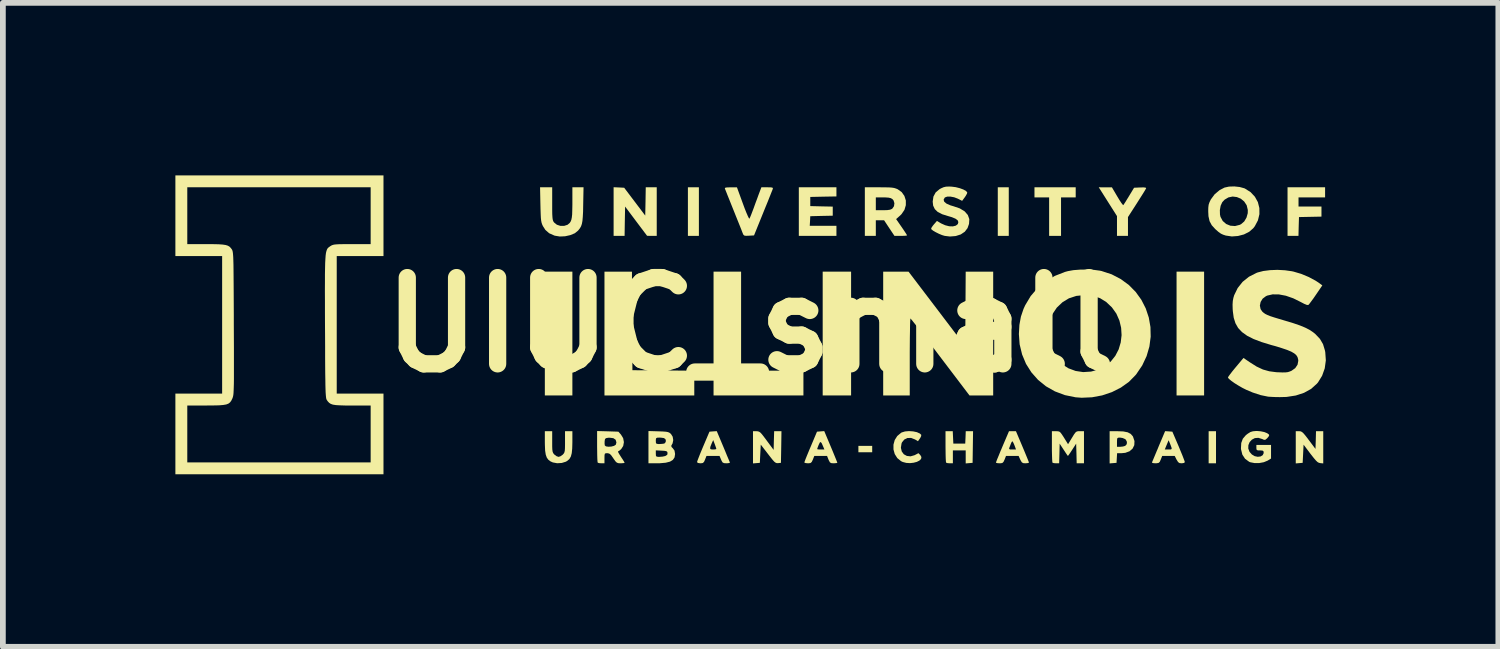
<source format=kicad_pcb>
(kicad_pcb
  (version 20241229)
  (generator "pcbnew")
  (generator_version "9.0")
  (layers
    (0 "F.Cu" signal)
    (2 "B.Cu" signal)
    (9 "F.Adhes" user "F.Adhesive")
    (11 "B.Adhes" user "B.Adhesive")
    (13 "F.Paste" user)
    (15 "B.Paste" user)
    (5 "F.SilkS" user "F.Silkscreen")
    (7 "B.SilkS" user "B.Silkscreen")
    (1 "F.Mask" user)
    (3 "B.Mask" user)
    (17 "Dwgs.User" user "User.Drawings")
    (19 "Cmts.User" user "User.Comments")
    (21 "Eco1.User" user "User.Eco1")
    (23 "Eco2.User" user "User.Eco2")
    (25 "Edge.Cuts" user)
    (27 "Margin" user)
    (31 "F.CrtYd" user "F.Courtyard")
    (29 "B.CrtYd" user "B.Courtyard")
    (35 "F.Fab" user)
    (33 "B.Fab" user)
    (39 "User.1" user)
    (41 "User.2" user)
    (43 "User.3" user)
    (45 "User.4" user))
  (footprint "UIUC_small"
    (layer "F.Cu")
    (at 9.997 2.599)
    (property "Reference" "UIUC_small" (at 0 0 0) (layer "F.SilkS") (effects (font (size 1.5 1.5) (thickness 0.3))))
    (attr board_only exclude_from_pos_files exclude_from_bom)
    (fp_poly (pts (xy -3.093 0.151) (xy -3.093 1.228) (xy -3.332 1.228) (xy -3.572 1.228) (xy -3.572 0.151) (xy -3.572 -0.925) (xy -3.332 -0.925) (xy -3.093 -0.925)) (stroke (width 0) (type solid)) (fill yes) (layer "F.SilkS"))
    (fp_poly (pts (xy -0.893 -1.969) (xy -0.893 -1.547) (xy -0.989 -1.547) (xy -1.084 -1.547) (xy -1.084 -1.969) (xy -1.084 -2.392) (xy -0.989 -2.392) (xy -0.893 -2.392)) (stroke (width 0) (type solid)) (fill yes) (layer "F.SilkS"))
    (fp_poly (pts (xy 1.754 0.151) (xy 1.754 1.228) (xy 1.507 1.228) (xy 1.26 1.228) (xy 1.26 0.151) (xy 1.26 -0.925) (xy 1.507 -0.925) (xy 1.754 -0.925)) (stroke (width 0) (type solid)) (fill yes) (layer "F.SilkS"))
    (fp_poly (pts (xy 2.121 2.161) (xy 2.121 2.216) (xy 2.001 2.216) (xy 1.881 2.216) (xy 1.881 2.161) (xy 1.881 2.105) (xy 2.001 2.105) (xy 2.121 2.105)) (stroke (width 0) (type solid)) (fill yes) (layer "F.SilkS"))
    (fp_poly (pts (xy 4.496 -1.969) (xy 4.496 -1.547) (xy 4.401 -1.547) (xy 4.305 -1.547) (xy 4.305 -1.969) (xy 4.305 -2.392) (xy 4.401 -2.392) (xy 4.496 -2.392)) (stroke (width 0) (type solid)) (fill yes) (layer "F.SilkS"))
    (fp_poly (pts (xy 7.893 0.151) (xy 7.893 1.228) (xy 7.653 1.228) (xy 7.414 1.228) (xy 7.414 0.151) (xy 7.414 -0.925) (xy 7.653 -0.925) (xy 7.893 -0.925)) (stroke (width 0) (type solid)) (fill yes) (layer "F.SilkS"))
    (fp_poly (pts (xy 8.1 2.129) (xy 8.1 2.408) (xy 8.036 2.408) (xy 7.972 2.408) (xy 7.972 2.129) (xy 7.972 1.85) (xy 8.036 1.85) (xy 8.1 1.85)) (stroke (width 0) (type solid)) (fill yes) (layer "F.SilkS"))
    (fp_poly (pts (xy -2.053 -0.068) (xy -2.049 0.789) (xy -1.511 0.793) (xy -0.973 0.798) (xy -0.973 1.013) (xy -0.973 1.228) (xy -1.754 1.228) (xy -2.535 1.228) (xy -2.535 0.151) (xy -2.535 -0.925) (xy -2.296 -0.925) (xy -2.057 -0.925)) (stroke (width 0) (type solid)) (fill yes) (layer "F.SilkS"))
    (fp_poly (pts (xy -0.159 -0.064) (xy -0.159 0.797) (xy 0.383 0.797) (xy 0.925 0.797) (xy 0.925 1.012) (xy 0.925 1.228) (xy 0.144 1.228) (xy -0.638 1.228) (xy -0.638 0.151) (xy -0.638 -0.925) (xy -0.399 -0.925) (xy -0.159 -0.925)) (stroke (width 0) (type solid)) (fill yes) (layer "F.SilkS"))
    (fp_poly (pts (xy 5.66 -2.304) (xy 5.66 -2.216) (xy 5.533 -2.216) (xy 5.405 -2.216) (xy 5.405 -1.881) (xy 5.405 -1.547) (xy 5.302 -1.547) (xy 5.198 -1.547) (xy 5.198 -1.881) (xy 5.198 -2.216) (xy 5.07 -2.216) (xy 4.943 -2.216) (xy 4.943 -2.304) (xy 4.943 -2.392) (xy 5.302 -2.392) (xy 5.66 -2.392)) (stroke (width 0) (type solid)) (fill yes) (layer "F.SilkS"))
    (fp_poly (pts (xy -2.284 -2.389) (xy -2.192 -2.384) (xy -2.009 -2.142) (xy -1.826 -1.9) (xy -1.821 -2.146) (xy -1.817 -2.392) (xy -1.722 -2.392) (xy -1.626 -2.392) (xy -1.626 -1.969) (xy -1.626 -1.547) (xy -1.71 -1.547) (xy -1.794 -1.548) (xy -1.985 -1.802) (xy -2.176 -2.057) (xy -2.181 -1.802) (xy -2.185 -1.547) (xy -2.28 -1.547) (xy -2.376 -1.547) (xy -2.376 -1.97) (xy -2.376 -2.393)) (stroke (width 0) (type solid)) (fill yes) (layer "F.SilkS"))
    (fp_poly (pts (xy 9.997 -2.304) (xy 9.997 -2.216) (xy 9.766 -2.216) (xy 9.535 -2.216) (xy 9.535 -2.137) (xy 9.535 -2.057) (xy 9.734 -2.057) (xy 9.934 -2.057) (xy 9.934 -1.97) (xy 9.934 -1.882) (xy 9.738 -1.878) (xy 9.543 -1.874) (xy 9.538 -1.71) (xy 9.534 -1.547) (xy 9.439 -1.547) (xy 9.344 -1.547) (xy 9.344 -1.969) (xy 9.344 -2.392) (xy 9.67 -2.392) (xy 9.997 -2.392)) (stroke (width 0) (type solid)) (fill yes) (layer "F.SilkS"))
    (fp_poly (pts (xy 1.499 -2.312) (xy 1.499 -2.233) (xy 1.272 -2.229) (xy 1.044 -2.224) (xy 1.044 -2.145) (xy 1.044 -2.065) (xy 1.24 -2.06) (xy 1.435 -2.056) (xy 1.435 -1.977) (xy 1.435 -1.898) (xy 1.24 -1.894) (xy 1.044 -1.889) (xy 1.04 -1.806) (xy 1.035 -1.722) (xy 1.267 -1.722) (xy 1.499 -1.722) (xy 1.499 -1.634) (xy 1.499 -1.547) (xy 1.172 -1.547) (xy 0.845 -1.547) (xy 0.845 -1.969) (xy 0.845 -2.392) (xy 1.172 -2.392) (xy 1.499 -2.392)) (stroke (width 0) (type solid)) (fill yes) (layer "F.SilkS"))
    (fp_poly (pts (xy 0.539 2.125) (xy 0.534 2.4) (xy 0.484 2.405) (xy 0.462 2.405) (xy 0.442 2.398) (xy 0.419 2.381) (xy 0.39 2.349) (xy 0.349 2.298) (xy 0.309 2.246) (xy 0.183 2.083) (xy 0.175 2.241) (xy 0.167 2.4) (xy 0.108 2.405) (xy 0.048 2.41) (xy 0.048 2.13) (xy 0.048 1.85) (xy 0.108 1.85) (xy 0.133 1.852) (xy 0.155 1.859) (xy 0.178 1.875) (xy 0.206 1.906) (xy 0.243 1.954) (xy 0.287 2.013) (xy 0.407 2.175) (xy 0.411 2.012) (xy 0.416 1.85) (xy 0.479 1.85) (xy 0.543 1.85)) (stroke (width 0) (type solid)) (fill yes) (layer "F.SilkS"))
    (fp_poly (pts (xy 9.567 1.851) (xy 9.589 1.86) (xy 9.613 1.878) (xy 9.643 1.912) (xy 9.685 1.965) (xy 9.714 2.004) (xy 9.83 2.158) (xy 9.835 2.004) (xy 9.839 1.85) (xy 9.902 1.85) (xy 9.965 1.85) (xy 9.965 2.13) (xy 9.965 2.41) (xy 9.914 2.405) (xy 9.889 2.399) (xy 9.865 2.386) (xy 9.837 2.359) (xy 9.8 2.316) (xy 9.75 2.252) (xy 9.742 2.242) (xy 9.623 2.084) (xy 9.615 2.242) (xy 9.607 2.4) (xy 9.547 2.405) (xy 9.487 2.41) (xy 9.487 2.13) (xy 9.487 1.85) (xy 9.543 1.85)) (stroke (width 0) (type solid)) (fill yes) (layer "F.SilkS"))
    (fp_poly (pts (xy 3.527 1.957) (xy 3.532 2.065) (xy 3.635 2.065) (xy 3.739 2.065) (xy 3.744 1.957) (xy 3.748 1.85) (xy 3.812 1.85) (xy 3.875 1.85) (xy 3.871 2.125) (xy 3.867 2.4) (xy 3.807 2.405) (xy 3.747 2.41) (xy 3.747 2.297) (xy 3.747 2.184) (xy 3.635 2.184) (xy 3.524 2.184) (xy 3.524 2.296) (xy 3.524 2.408) (xy 3.471 2.408) (xy 3.431 2.405) (xy 3.408 2.398) (xy 3.407 2.397) (xy 3.403 2.378) (xy 3.4 2.333) (xy 3.398 2.267) (xy 3.397 2.186) (xy 3.396 2.118) (xy 3.396 1.85) (xy 3.459 1.85) (xy 3.522 1.85)) (stroke (width 0) (type solid)) (fill yes) (layer "F.SilkS"))
    (fp_poly (pts (xy 6.176 -2.391) (xy 6.29 -2.391) (xy 6.384 -2.231) (xy 6.421 -2.17) (xy 6.453 -2.121) (xy 6.477 -2.09) (xy 6.488 -2.081) (xy 6.499 -2.098) (xy 6.524 -2.136) (xy 6.557 -2.19) (xy 6.586 -2.237) (xy 6.675 -2.384) (xy 6.784 -2.389) (xy 6.843 -2.39) (xy 6.875 -2.386) (xy 6.885 -2.378) (xy 6.884 -2.373) (xy 6.873 -2.353) (xy 6.848 -2.311) (xy 6.811 -2.252) (xy 6.766 -2.181) (xy 6.723 -2.113) (xy 6.569 -1.874) (xy 6.569 -1.71) (xy 6.569 -1.547) (xy 6.474 -1.547) (xy 6.378 -1.547) (xy 6.378 -1.719) (xy 6.378 -1.891) (xy 6.219 -2.142) (xy 6.061 -2.392)) (stroke (width 0) (type solid)) (fill yes) (layer "F.SilkS"))
    (fp_poly (pts (xy 3.246 -0.277) (xy 3.739 0.372) (xy 3.743 -0.277) (xy 3.747 -0.925) (xy 3.986 -0.925) (xy 4.225 -0.925) (xy 4.225 0.151) (xy 4.225 1.228) (xy 4.019 1.228) (xy 3.813 1.228) (xy 3.305 0.559) (xy 3.208 0.431) (xy 3.117 0.311) (xy 3.033 0.202) (xy 2.958 0.105) (xy 2.895 0.023) (xy 2.844 -0.041) (xy 2.808 -0.086) (xy 2.789 -0.108) (xy 2.786 -0.111) (xy 2.784 -0.095) (xy 2.781 -0.052) (xy 2.779 0.017) (xy 2.778 0.109) (xy 2.776 0.218) (xy 2.775 0.344) (xy 2.774 0.481) (xy 2.774 0.558) (xy 2.774 1.228) (xy 2.543 1.228) (xy 2.312 1.228) (xy 2.312 0.151) (xy 2.312 -0.925) (xy 2.533 -0.925) (xy 2.753 -0.925)) (stroke (width 0) (type solid)) (fill yes) (layer "F.SilkS"))
    (fp_poly (pts (xy 6.488 1.854) (xy 6.564 1.869) (xy 6.617 1.897) (xy 6.652 1.937) (xy 6.656 1.943) (xy 6.682 2.021) (xy 6.679 2.092) (xy 6.649 2.153) (xy 6.596 2.199) (xy 6.522 2.226) (xy 6.459 2.232) (xy 6.38 2.232) (xy 6.375 2.316) (xy 6.37 2.4) (xy 6.31 2.405) (xy 6.25 2.41) (xy 6.25 2.13) (xy 6.25 2.041) (xy 6.378 2.041) (xy 6.378 2.121) (xy 6.435 2.121) (xy 6.483 2.116) (xy 6.521 2.105) (xy 6.522 2.104) (xy 6.548 2.075) (xy 6.551 2.036) (xy 6.532 1.998) (xy 6.518 1.986) (xy 6.476 1.968) (xy 6.43 1.961) (xy 6.399 1.963) (xy 6.384 1.972) (xy 6.379 1.999) (xy 6.378 2.041) (xy 6.25 2.041) (xy 6.25 1.85) (xy 6.386 1.85)) (stroke (width 0) (type solid)) (fill yes) (layer "F.SilkS"))
    (fp_poly (pts (xy -3.444 2.034) (xy -3.444 2.113) (xy -3.442 2.168) (xy -3.437 2.204) (xy -3.428 2.228) (xy -3.415 2.247) (xy -3.405 2.257) (xy -3.369 2.284) (xy -3.334 2.296) (xy -3.332 2.296) (xy -3.299 2.285) (xy -3.262 2.259) (xy -3.26 2.257) (xy -3.243 2.238) (xy -3.232 2.218) (xy -3.225 2.189) (xy -3.222 2.145) (xy -3.221 2.079) (xy -3.221 2.034) (xy -3.221 1.85) (xy -3.157 1.85) (xy -3.093 1.85) (xy -3.093 2.045) (xy -3.096 2.152) (xy -3.104 2.232) (xy -3.12 2.291) (xy -3.145 2.334) (xy -3.181 2.365) (xy -3.206 2.38) (xy -3.277 2.402) (xy -3.357 2.407) (xy -3.433 2.393) (xy -3.473 2.375) (xy -3.511 2.346) (xy -3.538 2.309) (xy -3.556 2.258) (xy -3.567 2.188) (xy -3.571 2.094) (xy -3.572 2.041) (xy -3.572 1.85) (xy -3.508 1.85) (xy -3.444 1.85)) (stroke (width 0) (type solid)) (fill yes) (layer "F.SilkS"))
    (fp_poly (pts (xy 2.833 1.853) (xy 2.899 1.867) (xy 2.951 1.891) (xy 2.974 1.913) (xy 2.972 1.936) (xy 2.955 1.97) (xy 2.95 1.977) (xy 2.917 2.024) (xy 2.865 1.993) (xy 2.798 1.967) (xy 2.734 1.968) (xy 2.679 1.995) (xy 2.639 2.044) (xy 2.631 2.065) (xy 2.62 2.138) (xy 2.635 2.202) (xy 2.671 2.251) (xy 2.724 2.28) (xy 2.788 2.287) (xy 2.858 2.267) (xy 2.862 2.265) (xy 2.925 2.232) (xy 2.957 2.264) (xy 2.977 2.299) (xy 2.971 2.332) (xy 2.943 2.36) (xy 2.898 2.383) (xy 2.841 2.398) (xy 2.778 2.405) (xy 2.713 2.401) (xy 2.652 2.385) (xy 2.623 2.371) (xy 2.557 2.317) (xy 2.513 2.247) (xy 2.491 2.167) (xy 2.491 2.083) (xy 2.513 2.003) (xy 2.557 1.933) (xy 2.623 1.878) (xy 2.633 1.872) (xy 2.691 1.854) (xy 2.76 1.848)) (stroke (width 0) (type solid)) (fill yes) (layer "F.SilkS"))
    (fp_poly (pts (xy 5.351 1.851) (xy 5.375 1.857) (xy 5.397 1.875) (xy 5.422 1.909) (xy 5.457 1.963) (xy 5.527 2.076) (xy 5.596 1.963) (xy 5.63 1.907) (xy 5.654 1.874) (xy 5.675 1.857) (xy 5.7 1.85) (xy 5.734 1.85) (xy 5.804 1.85) (xy 5.804 2.129) (xy 5.804 2.408) (xy 5.741 2.408) (xy 5.677 2.408) (xy 5.673 2.237) (xy 5.668 2.066) (xy 5.599 2.173) (xy 5.566 2.223) (xy 5.54 2.26) (xy 5.526 2.279) (xy 5.525 2.28) (xy 5.515 2.268) (xy 5.492 2.235) (xy 5.461 2.188) (xy 5.451 2.173) (xy 5.381 2.066) (xy 5.377 2.237) (xy 5.372 2.408) (xy 5.32 2.408) (xy 5.28 2.405) (xy 5.257 2.398) (xy 5.256 2.397) (xy 5.253 2.378) (xy 5.25 2.333) (xy 5.248 2.267) (xy 5.246 2.186) (xy 5.246 2.118) (xy 5.246 1.85) (xy 5.316 1.85)) (stroke (width 0) (type solid)) (fill yes) (layer "F.SilkS"))
    (fp_poly (pts (xy 7.278 1.853) (xy 7.341 1.858) (xy 7.45 2.112) (xy 7.485 2.197) (xy 7.516 2.272) (xy 7.539 2.332) (xy 7.554 2.373) (xy 7.558 2.388) (xy 7.543 2.402) (xy 7.504 2.408) (xy 7.502 2.408) (xy 7.465 2.404) (xy 7.441 2.387) (xy 7.417 2.349) (xy 7.414 2.344) (xy 7.382 2.28) (xy 7.273 2.28) (xy 7.164 2.28) (xy 7.139 2.344) (xy 7.121 2.384) (xy 7.1 2.402) (xy 7.065 2.407) (xy 7.048 2.408) (xy 7.008 2.405) (xy 6.987 2.397) (xy 6.986 2.394) (xy 6.994 2.375) (xy 7.012 2.332) (xy 7.038 2.27) (xy 7.07 2.193) (xy 7.081 2.168) (xy 7.209 2.168) (xy 7.273 2.168) (xy 7.313 2.167) (xy 7.329 2.159) (xy 7.327 2.139) (xy 7.326 2.134) (xy 7.311 2.093) (xy 7.295 2.053) (xy 7.276 2.007) (xy 7.242 2.088) (xy 7.209 2.168) (xy 7.081 2.168) (xy 7.103 2.114) (xy 7.215 1.849)) (stroke (width 0) (type solid)) (fill yes) (layer "F.SilkS"))
    (fp_poly (pts (xy 4.734 2.117) (xy 4.77 2.203) (xy 4.801 2.278) (xy 4.826 2.339) (xy 4.842 2.38) (xy 4.847 2.396) (xy 4.833 2.403) (xy 4.798 2.407) (xy 4.786 2.408) (xy 4.746 2.405) (xy 4.722 2.39) (xy 4.702 2.356) (xy 4.696 2.344) (xy 4.667 2.28) (xy 4.558 2.28) (xy 4.448 2.28) (xy 4.423 2.344) (xy 4.404 2.384) (xy 4.383 2.403) (xy 4.349 2.408) (xy 4.335 2.408) (xy 4.296 2.405) (xy 4.274 2.398) (xy 4.273 2.396) (xy 4.279 2.378) (xy 4.295 2.336) (xy 4.321 2.274) (xy 4.352 2.197) (xy 4.369 2.158) (xy 4.502 2.158) (xy 4.517 2.167) (xy 4.558 2.168) (xy 4.622 2.168) (xy 4.596 2.097) (xy 4.578 2.055) (xy 4.563 2.029) (xy 4.558 2.025) (xy 4.546 2.038) (xy 4.532 2.069) (xy 4.516 2.111) (xy 4.504 2.141) (xy 4.502 2.158) (xy 4.369 2.158) (xy 4.386 2.117) (xy 4.5 1.85) (xy 4.56 1.85) (xy 4.621 1.85)) (stroke (width 0) (type solid)) (fill yes) (layer "F.SilkS"))
    (fp_poly (pts (xy -0.47 2.115) (xy -0.434 2.201) (xy -0.403 2.277) (xy -0.377 2.338) (xy -0.36 2.379) (xy -0.353 2.394) (xy -0.364 2.403) (xy -0.397 2.407) (xy -0.414 2.408) (xy -0.457 2.405) (xy -0.482 2.392) (xy -0.5 2.36) (xy -0.507 2.344) (xy -0.534 2.28) (xy -0.647 2.28) (xy -0.761 2.28) (xy -0.786 2.344) (xy -0.804 2.384) (xy -0.825 2.403) (xy -0.859 2.408) (xy -0.868 2.408) (xy -0.91 2.402) (xy -0.925 2.387) (xy -0.925 2.387) (xy -0.919 2.366) (xy -0.902 2.321) (xy -0.877 2.257) (xy -0.845 2.179) (xy -0.833 2.15) (xy -0.698 2.15) (xy -0.685 2.165) (xy -0.652 2.168) (xy -0.646 2.168) (xy -0.609 2.166) (xy -0.59 2.159) (xy -0.59 2.157) (xy -0.595 2.137) (xy -0.609 2.097) (xy -0.617 2.075) (xy -0.644 2.004) (xy -0.672 2.066) (xy -0.693 2.119) (xy -0.698 2.15) (xy -0.833 2.15) (xy -0.817 2.112) (xy -0.709 1.858) (xy -0.645 1.853) (xy -0.582 1.849)) (stroke (width 0) (type solid)) (fill yes) (layer "F.SilkS"))
    (fp_poly (pts (xy 1.401 2.119) (xy 1.437 2.205) (xy 1.468 2.281) (xy 1.493 2.342) (xy 1.509 2.383) (xy 1.515 2.399) (xy 1.501 2.404) (xy 1.465 2.407) (xy 1.451 2.408) (xy 1.409 2.405) (xy 1.386 2.392) (xy 1.368 2.359) (xy 1.361 2.344) (xy 1.336 2.28) (xy 1.225 2.28) (xy 1.114 2.28) (xy 1.089 2.344) (xy 1.07 2.384) (xy 1.049 2.403) (xy 1.015 2.408) (xy 1.002 2.408) (xy 0.963 2.404) (xy 0.942 2.396) (xy 0.941 2.394) (xy 0.947 2.375) (xy 0.963 2.332) (xy 0.988 2.27) (xy 1.02 2.193) (xy 1.033 2.161) (xy 1.164 2.161) (xy 1.178 2.166) (xy 1.213 2.168) (xy 1.227 2.168) (xy 1.29 2.168) (xy 1.265 2.109) (xy 1.243 2.059) (xy 1.226 2.038) (xy 1.21 2.046) (xy 1.193 2.082) (xy 1.19 2.088) (xy 1.174 2.129) (xy 1.165 2.156) (xy 1.164 2.161) (xy 1.033 2.161) (xy 1.051 2.119) (xy 1.161 1.858) (xy 1.224 1.853) (xy 1.287 1.848)) (stroke (width 0) (type solid)) (fill yes) (layer "F.SilkS"))
    (fp_poly (pts (xy 0.353 -2.391) (xy 0.383 -2.387) (xy 0.394 -2.378) (xy 0.392 -2.364) (xy 0.384 -2.342) (xy 0.365 -2.295) (xy 0.338 -2.227) (xy 0.304 -2.141) (xy 0.264 -2.044) (xy 0.224 -1.945) (xy 0.066 -1.555) (xy -0.023 -1.55) (xy -0.075 -1.548) (xy -0.104 -1.553) (xy -0.119 -1.567) (xy -0.126 -1.582) (xy -0.136 -1.606) (xy -0.155 -1.656) (xy -0.183 -1.726) (xy -0.218 -1.813) (xy -0.257 -1.91) (xy -0.287 -1.985) (xy -0.328 -2.087) (xy -0.365 -2.18) (xy -0.397 -2.259) (xy -0.421 -2.32) (xy -0.437 -2.36) (xy -0.442 -2.372) (xy -0.437 -2.383) (xy -0.41 -2.389) (xy -0.357 -2.391) (xy -0.341 -2.391) (xy -0.231 -2.391) (xy -0.129 -2.112) (xy -0.097 -2.025) (xy -0.067 -1.95) (xy -0.042 -1.892) (xy -0.024 -1.856) (xy -0.015 -1.845) (xy -0.015 -1.845) (xy -0.005 -1.864) (xy 0.013 -1.907) (xy 0.036 -1.967) (xy 0.061 -2.033) (xy 0.09 -2.114) (xy 0.12 -2.194) (xy 0.145 -2.263) (xy 0.159 -2.3) (xy 0.194 -2.392) (xy 0.297 -2.392)) (stroke (width 0) (type solid)) (fill yes) (layer "F.SilkS"))
    (fp_poly (pts (xy -3.444 -2.107) (xy -3.444 -2.004) (xy -3.443 -1.928) (xy -3.44 -1.874) (xy -3.436 -1.837) (xy -3.429 -1.811) (xy -3.42 -1.792) (xy -3.411 -1.78) (xy -3.363 -1.741) (xy -3.302 -1.721) (xy -3.236 -1.721) (xy -3.177 -1.74) (xy -3.139 -1.772) (xy -3.123 -1.797) (xy -3.111 -1.827) (xy -3.103 -1.866) (xy -3.097 -1.919) (xy -3.095 -1.992) (xy -3.093 -2.089) (xy -3.093 -2.147) (xy -3.093 -2.392) (xy -2.996 -2.392) (xy -2.899 -2.392) (xy -2.905 -2.085) (xy -2.907 -1.967) (xy -2.912 -1.877) (xy -2.918 -1.808) (xy -2.928 -1.755) (xy -2.942 -1.714) (xy -2.962 -1.679) (xy -2.988 -1.646) (xy -2.996 -1.637) (xy -3.052 -1.592) (xy -3.13 -1.56) (xy -3.22 -1.54) (xy -3.312 -1.536) (xy -3.397 -1.55) (xy -3.407 -1.553) (xy -3.497 -1.593) (xy -3.563 -1.651) (xy -3.606 -1.718) (xy -3.619 -1.747) (xy -3.629 -1.777) (xy -3.636 -1.813) (xy -3.641 -1.86) (xy -3.644 -1.924) (xy -3.647 -2.011) (xy -3.649 -2.093) (xy -3.655 -2.392) (xy -3.549 -2.392) (xy -3.444 -2.392)) (stroke (width 0) (type solid)) (fill yes) (layer "F.SilkS"))
    (fp_poly (pts (xy 2.341 -2.391) (xy 2.412 -2.39) (xy 2.465 -2.386) (xy 2.503 -2.38) (xy 2.535 -2.37) (xy 2.564 -2.358) (xy 2.634 -2.308) (xy 2.681 -2.241) (xy 2.706 -2.163) (xy 2.706 -2.081) (xy 2.682 -2) (xy 2.632 -1.926) (xy 2.607 -1.901) (xy 2.537 -1.839) (xy 2.632 -1.702) (xy 2.671 -1.645) (xy 2.702 -1.598) (xy 2.722 -1.566) (xy 2.727 -1.556) (xy 2.712 -1.551) (xy 2.674 -1.548) (xy 2.62 -1.547) (xy 2.617 -1.547) (xy 2.508 -1.547) (xy 2.418 -1.682) (xy 2.328 -1.818) (xy 2.256 -1.818) (xy 2.184 -1.818) (xy 2.184 -1.682) (xy 2.184 -1.547) (xy 2.089 -1.547) (xy 1.993 -1.547) (xy 1.993 -1.969) (xy 1.993 -2.105) (xy 2.184 -2.105) (xy 2.184 -1.993) (xy 2.31 -1.993) (xy 2.382 -1.995) (xy 2.431 -2.002) (xy 2.462 -2.015) (xy 2.471 -2.021) (xy 2.5 -2.063) (xy 2.507 -2.115) (xy 2.492 -2.164) (xy 2.472 -2.187) (xy 2.444 -2.203) (xy 2.405 -2.212) (xy 2.346 -2.216) (xy 2.31 -2.216) (xy 2.184 -2.216) (xy 2.184 -2.105) (xy 1.993 -2.105) (xy 1.993 -2.392) (xy 2.243 -2.392)) (stroke (width 0) (type solid)) (fill yes) (layer "F.SilkS"))
    (fp_poly (pts (xy 8.88 1.852) (xy 8.941 1.865) (xy 8.99 1.885) (xy 9.02 1.907) (xy 9.025 1.92) (xy 9.014 1.944) (xy 8.988 1.974) (xy 8.987 1.975) (xy 8.959 1.998) (xy 8.935 2) (xy 8.904 1.986) (xy 8.836 1.965) (xy 8.775 1.97) (xy 8.724 1.997) (xy 8.685 2.039) (xy 8.663 2.092) (xy 8.661 2.151) (xy 8.683 2.209) (xy 8.724 2.255) (xy 8.773 2.284) (xy 8.826 2.295) (xy 8.875 2.289) (xy 8.912 2.267) (xy 8.929 2.231) (xy 8.929 2.225) (xy 8.926 2.199) (xy 8.909 2.187) (xy 8.871 2.184) (xy 8.865 2.184) (xy 8.824 2.183) (xy 8.806 2.172) (xy 8.802 2.147) (xy 8.802 2.137) (xy 8.802 2.089) (xy 8.929 2.089) (xy 9.057 2.089) (xy 9.057 2.207) (xy 9.057 2.325) (xy 8.997 2.362) (xy 8.931 2.389) (xy 8.851 2.404) (xy 8.769 2.404) (xy 8.697 2.39) (xy 8.677 2.382) (xy 8.605 2.329) (xy 8.558 2.257) (xy 8.535 2.164) (xy 8.534 2.147) (xy 8.539 2.055) (xy 8.566 1.981) (xy 8.619 1.919) (xy 8.654 1.892) (xy 8.699 1.864) (xy 8.743 1.851) (xy 8.801 1.846) (xy 8.814 1.846)) (stroke (width 0) (type solid)) (fill yes) (layer "F.SilkS"))
    (fp_poly (pts (xy 8.511 -2.397) (xy 8.591 -2.375) (xy 8.603 -2.37) (xy 8.701 -2.308) (xy 8.776 -2.228) (xy 8.828 -2.134) (xy 8.854 -2.031) (xy 8.855 -1.924) (xy 8.829 -1.817) (xy 8.775 -1.715) (xy 8.747 -1.679) (xy 8.677 -1.618) (xy 8.586 -1.572) (xy 8.482 -1.545) (xy 8.376 -1.537) (xy 8.274 -1.552) (xy 8.272 -1.552) (xy 8.223 -1.568) (xy 8.185 -1.586) (xy 8.145 -1.614) (xy 8.096 -1.657) (xy 8.087 -1.665) (xy 8.026 -1.732) (xy 7.988 -1.803) (xy 7.969 -1.888) (xy 7.965 -1.969) (xy 7.965 -1.996) (xy 8.167 -1.996) (xy 8.169 -1.919) (xy 8.178 -1.878) (xy 8.217 -1.806) (xy 8.276 -1.754) (xy 8.35 -1.724) (xy 8.431 -1.718) (xy 8.513 -1.739) (xy 8.538 -1.752) (xy 8.591 -1.798) (xy 8.63 -1.864) (xy 8.652 -1.941) (xy 8.653 -1.998) (xy 8.633 -2.08) (xy 8.59 -2.145) (xy 8.532 -2.193) (xy 8.463 -2.222) (xy 8.389 -2.231) (xy 8.316 -2.216) (xy 8.25 -2.177) (xy 8.209 -2.133) (xy 8.181 -2.072) (xy 8.167 -1.996) (xy 7.965 -1.996) (xy 7.966 -2.039) (xy 7.972 -2.089) (xy 7.987 -2.133) (xy 8.011 -2.182) (xy 8.012 -2.183) (xy 8.077 -2.271) (xy 8.163 -2.343) (xy 8.248 -2.387) (xy 8.326 -2.404) (xy 8.418 -2.407)) (stroke (width 0) (type solid)) (fill yes) (layer "F.SilkS"))
    (fp_poly (pts (xy -1.596 1.852) (xy -1.518 1.855) (xy -1.464 1.859) (xy -1.429 1.866) (xy -1.404 1.877) (xy -1.383 1.894) (xy -1.38 1.896) (xy -1.349 1.945) (xy -1.339 2.005) (xy -1.351 2.063) (xy -1.362 2.081) (xy -1.374 2.105) (xy -1.367 2.126) (xy -1.346 2.147) (xy -1.317 2.187) (xy -1.308 2.24) (xy -1.307 2.247) (xy -1.316 2.305) (xy -1.345 2.348) (xy -1.395 2.379) (xy -1.47 2.398) (xy -1.572 2.407) (xy -1.63 2.408) (xy -1.77 2.408) (xy -1.77 2.239) (xy -1.642 2.239) (xy -1.64 2.276) (xy -1.628 2.292) (xy -1.597 2.296) (xy -1.58 2.296) (xy -1.526 2.292) (xy -1.479 2.282) (xy -1.475 2.28) (xy -1.443 2.26) (xy -1.438 2.229) (xy -1.438 2.228) (xy -1.444 2.208) (xy -1.46 2.197) (xy -1.494 2.191) (xy -1.543 2.188) (xy -1.642 2.183) (xy -1.642 2.239) (xy -1.77 2.239) (xy -1.77 2.127) (xy -1.77 2.017) (xy -1.642 2.017) (xy -1.64 2.053) (xy -1.628 2.069) (xy -1.596 2.073) (xy -1.58 2.073) (xy -1.533 2.07) (xy -1.496 2.065) (xy -1.492 2.063) (xy -1.472 2.041) (xy -1.467 2.017) (xy -1.475 1.987) (xy -1.502 1.969) (xy -1.553 1.962) (xy -1.58 1.961) (xy -1.62 1.963) (xy -1.638 1.974) (xy -1.642 2.002) (xy -1.642 2.017) (xy -1.77 2.017) (xy -1.77 1.847)) (stroke (width 0) (type solid)) (fill yes) (layer "F.SilkS"))
    (fp_poly (pts (xy 3.503 -2.403) (xy 3.574 -2.394) (xy 3.645 -2.376) (xy 3.707 -2.353) (xy 3.753 -2.327) (xy 3.774 -2.303) (xy 3.769 -2.281) (xy 3.749 -2.245) (xy 3.733 -2.221) (xy 3.685 -2.156) (xy 3.61 -2.194) (xy 3.547 -2.218) (xy 3.483 -2.23) (xy 3.426 -2.23) (xy 3.387 -2.216) (xy 3.383 -2.213) (xy 3.363 -2.177) (xy 3.373 -2.142) (xy 3.413 -2.108) (xy 3.481 -2.078) (xy 3.535 -2.062) (xy 3.646 -2.024) (xy 3.729 -1.973) (xy 3.784 -1.91) (xy 3.81 -1.838) (xy 3.805 -1.756) (xy 3.779 -1.682) (xy 3.731 -1.619) (xy 3.661 -1.572) (xy 3.573 -1.544) (xy 3.473 -1.536) (xy 3.382 -1.547) (xy 3.335 -1.561) (xy 3.28 -1.584) (xy 3.224 -1.612) (xy 3.178 -1.639) (xy 3.15 -1.662) (xy 3.146 -1.669) (xy 3.152 -1.689) (xy 3.175 -1.723) (xy 3.193 -1.745) (xy 3.247 -1.807) (xy 3.319 -1.764) (xy 3.39 -1.732) (xy 3.46 -1.714) (xy 3.524 -1.712) (xy 3.576 -1.725) (xy 3.61 -1.752) (xy 3.619 -1.786) (xy 3.608 -1.817) (xy 3.571 -1.845) (xy 3.507 -1.872) (xy 3.445 -1.89) (xy 3.339 -1.923) (xy 3.261 -1.963) (xy 3.21 -2.012) (xy 3.181 -2.073) (xy 3.173 -2.143) (xy 3.186 -2.231) (xy 3.225 -2.303) (xy 3.292 -2.359) (xy 3.317 -2.373) (xy 3.362 -2.393) (xy 3.405 -2.403) (xy 3.459 -2.405)) (stroke (width 0) (type solid)) (fill yes) (layer "F.SilkS"))
    (fp_poly (pts (xy -2.478 1.852) (xy -2.293 1.858) (xy -2.247 1.91) (xy -2.21 1.971) (xy -2.197 2.04) (xy -2.209 2.106) (xy -2.242 2.158) (xy -2.273 2.186) (xy -2.296 2.2) (xy -2.299 2.2) (xy -2.298 2.212) (xy -2.281 2.244) (xy -2.253 2.288) (xy -2.249 2.295) (xy -2.217 2.343) (xy -2.194 2.38) (xy -2.185 2.398) (xy -2.184 2.399) (xy -2.199 2.404) (xy -2.235 2.407) (xy -2.254 2.408) (xy -2.292 2.406) (xy -2.319 2.397) (xy -2.343 2.375) (xy -2.373 2.333) (xy -2.382 2.32) (xy -2.416 2.271) (xy -2.443 2.244) (xy -2.47 2.234) (xy -2.488 2.232) (xy -2.515 2.234) (xy -2.529 2.243) (xy -2.534 2.269) (xy -2.535 2.319) (xy -2.535 2.32) (xy -2.535 2.408) (xy -2.588 2.408) (xy -2.628 2.405) (xy -2.651 2.398) (xy -2.652 2.397) (xy -2.656 2.378) (xy -2.659 2.333) (xy -2.661 2.267) (xy -2.662 2.185) (xy -2.663 2.117) (xy -2.663 2.066) (xy -2.533 2.066) (xy -2.529 2.098) (xy -2.529 2.098) (xy -2.508 2.114) (xy -2.466 2.12) (xy -2.416 2.117) (xy -2.369 2.105) (xy -2.338 2.085) (xy -2.328 2.049) (xy -2.328 2.041) (xy -2.341 1.998) (xy -2.381 1.971) (xy -2.445 1.963) (xy -2.471 1.964) (xy -2.509 1.971) (xy -2.526 1.988) (xy -2.532 2.023) (xy -2.533 2.066) (xy -2.663 2.066) (xy -2.663 1.847)) (stroke (width 0) (type solid)) (fill yes) (layer "F.SilkS"))
    (fp_poly (pts (xy 5.976 -0.956) (xy 6.08 -0.942) (xy 6.109 -0.936) (xy 6.286 -0.878) (xy 6.445 -0.795) (xy 6.585 -0.692) (xy 6.704 -0.571) (xy 6.802 -0.435) (xy 6.878 -0.286) (xy 6.931 -0.127) (xy 6.96 0.038) (xy 6.964 0.206) (xy 6.942 0.376) (xy 6.893 0.544) (xy 6.817 0.706) (xy 6.712 0.861) (xy 6.701 0.874) (xy 6.585 0.992) (xy 6.446 1.091) (xy 6.29 1.17) (xy 6.121 1.227) (xy 5.944 1.26) (xy 5.763 1.268) (xy 5.657 1.26) (xy 5.471 1.222) (xy 5.298 1.157) (xy 5.143 1.069) (xy 5.006 0.958) (xy 4.89 0.827) (xy 4.796 0.679) (xy 4.728 0.516) (xy 4.685 0.339) (xy 4.673 0.174) (xy 5.172 0.174) (xy 5.19 0.302) (xy 5.236 0.434) (xy 5.254 0.473) (xy 5.328 0.59) (xy 5.423 0.685) (xy 5.534 0.756) (xy 5.658 0.802) (xy 5.79 0.822) (xy 5.926 0.813) (xy 6.052 0.78) (xy 6.171 0.719) (xy 6.27 0.638) (xy 6.349 0.539) (xy 6.407 0.427) (xy 6.443 0.306) (xy 6.458 0.179) (xy 6.45 0.051) (xy 6.42 -0.075) (xy 6.367 -0.195) (xy 6.29 -0.303) (xy 6.19 -0.398) (xy 6.187 -0.4) (xy 6.084 -0.463) (xy 5.973 -0.501) (xy 5.847 -0.517) (xy 5.812 -0.517) (xy 5.671 -0.503) (xy 5.542 -0.461) (xy 5.429 -0.392) (xy 5.332 -0.3) (xy 5.256 -0.187) (xy 5.202 -0.055) (xy 5.18 0.042) (xy 5.172 0.174) (xy 4.673 0.174) (xy 4.672 0.161) (xy 4.681 0.001) (xy 4.707 -0.142) (xy 4.753 -0.278) (xy 4.782 -0.341) (xy 4.877 -0.5) (xy 4.996 -0.639) (xy 5.137 -0.757) (xy 5.297 -0.851) (xy 5.473 -0.92) (xy 5.525 -0.934) (xy 5.62 -0.951) (xy 5.735 -0.96) (xy 5.857 -0.962)) (stroke (width 0) (type solid)) (fill yes) (layer "F.SilkS"))
    (fp_poly (pts (xy 9.298 -0.949) (xy 9.418 -0.932) (xy 9.447 -0.926) (xy 9.582 -0.886) (xy 9.714 -0.831) (xy 9.833 -0.767) (xy 9.882 -0.735) (xy 9.949 -0.686) (xy 9.837 -0.522) (xy 9.793 -0.458) (xy 9.753 -0.404) (xy 9.723 -0.364) (xy 9.706 -0.346) (xy 9.706 -0.345) (xy 9.681 -0.346) (xy 9.634 -0.365) (xy 9.575 -0.396) (xy 9.444 -0.461) (xy 9.315 -0.506) (xy 9.194 -0.529) (xy 9.085 -0.53) (xy 8.992 -0.509) (xy 8.968 -0.498) (xy 8.911 -0.455) (xy 8.876 -0.398) (xy 8.863 -0.335) (xy 8.875 -0.274) (xy 8.905 -0.23) (xy 8.929 -0.209) (xy 8.956 -0.19) (xy 8.992 -0.172) (xy 9.041 -0.152) (xy 9.108 -0.13) (xy 9.197 -0.103) (xy 9.308 -0.07) (xy 9.447 -0.028) (xy 9.56 0.011) (xy 9.652 0.049) (xy 9.726 0.087) (xy 9.789 0.129) (xy 9.827 0.16) (xy 9.907 0.244) (xy 9.961 0.336) (xy 9.994 0.445) (xy 10 0.475) (xy 10.01 0.618) (xy 9.991 0.757) (xy 9.945 0.886) (xy 9.874 1.001) (xy 9.854 1.024) (xy 9.754 1.114) (xy 9.631 1.182) (xy 9.488 1.229) (xy 9.326 1.254) (xy 9.21 1.257) (xy 9.135 1.256) (xy 9.068 1.253) (xy 9.018 1.25) (xy 9.001 1.248) (xy 8.875 1.222) (xy 8.738 1.177) (xy 8.629 1.131) (xy 8.559 1.096) (xy 8.488 1.055) (xy 8.422 1.014) (xy 8.366 0.974) (xy 8.326 0.941) (xy 8.308 0.919) (xy 8.308 0.916) (xy 8.317 0.898) (xy 8.344 0.861) (xy 8.383 0.81) (xy 8.432 0.75) (xy 8.443 0.737) (xy 8.578 0.576) (xy 8.691 0.653) (xy 8.807 0.726) (xy 8.916 0.777) (xy 9.027 0.808) (xy 9.15 0.824) (xy 9.179 0.825) (xy 9.256 0.828) (xy 9.311 0.827) (xy 9.351 0.822) (xy 9.387 0.81) (xy 9.413 0.799) (xy 9.478 0.753) (xy 9.518 0.693) (xy 9.531 0.625) (xy 9.528 0.599) (xy 9.517 0.56) (xy 9.495 0.526) (xy 9.46 0.496) (xy 9.408 0.466) (xy 9.336 0.436) (xy 9.241 0.404) (xy 9.12 0.367) (xy 9.064 0.352) (xy 8.894 0.3) (xy 8.754 0.247) (xy 8.641 0.19) (xy 8.552 0.126) (xy 8.485 0.055) (xy 8.438 -0.028) (xy 8.408 -0.123) (xy 8.393 -0.234) (xy 8.39 -0.271) (xy 8.388 -0.353) (xy 8.392 -0.415) (xy 8.402 -0.468) (xy 8.416 -0.515) (xy 8.477 -0.64) (xy 8.563 -0.748) (xy 8.674 -0.837) (xy 8.806 -0.904) (xy 8.825 -0.911) (xy 8.922 -0.936) (xy 9.04 -0.951) (xy 9.168 -0.956)) (stroke (width 0) (type solid)) (fill yes) (layer "F.SilkS"))
    (fp_poly (pts (xy -6.378 -1.897) (xy -6.378 -1.196) (xy -6.784 -1.196) (xy -7.191 -1.196) (xy -7.191 0) (xy -7.191 1.196) (xy -6.784 1.196) (xy -6.378 1.196) (xy -6.378 1.897) (xy -6.378 2.599) (xy -8.188 2.599) (xy -9.997 2.599) (xy -9.997 1.897) (xy -9.997 1.196) (xy -9.591 1.196) (xy -9.184 1.196) (xy -9.184 0) (xy -9.184 -1.196) (xy -9.591 -1.196) (xy -9.997 -1.196) (xy -9.997 -1.897) (xy -9.79 -1.897) (xy -9.79 -1.403) (xy -9.462 -1.403) (xy -9.34 -1.403) (xy -9.246 -1.401) (xy -9.175 -1.396) (xy -9.122 -1.388) (xy -9.084 -1.376) (xy -9.055 -1.359) (xy -9.033 -1.336) (xy -9.015 -1.312) (xy -9.01 -1.303) (xy -9.005 -1.291) (xy -9.001 -1.275) (xy -8.997 -1.251) (xy -8.994 -1.219) (xy -8.991 -1.176) (xy -8.989 -1.119) (xy -8.987 -1.047) (xy -8.986 -0.958) (xy -8.985 -0.848) (xy -8.984 -0.717) (xy -8.983 -0.561) (xy -8.982 -0.379) (xy -8.981 -0.169) (xy -8.981 -0.027) (xy -8.98 0.201) (xy -8.979 0.4) (xy -8.979 0.571) (xy -8.979 0.717) (xy -8.979 0.84) (xy -8.979 0.942) (xy -8.98 1.025) (xy -8.982 1.092) (xy -8.984 1.145) (xy -8.986 1.186) (xy -8.989 1.217) (xy -8.993 1.24) (xy -8.998 1.258) (xy -9.003 1.273) (xy -9.008 1.285) (xy -9.026 1.321) (xy -9.047 1.349) (xy -9.074 1.37) (xy -9.113 1.385) (xy -9.167 1.394) (xy -9.24 1.4) (xy -9.337 1.402) (xy -9.461 1.403) (xy -9.471 1.403) (xy -9.79 1.403) (xy -9.79 1.897) (xy -9.79 2.392) (xy -8.196 2.392) (xy -6.601 2.392) (xy -6.601 1.897) (xy -6.601 1.403) (xy -6.921 1.403) (xy -7.042 1.403) (xy -7.135 1.4) (xy -7.205 1.396) (xy -7.257 1.388) (xy -7.294 1.375) (xy -7.322 1.357) (xy -7.345 1.333) (xy -7.36 1.312) (xy -7.366 1.303) (xy -7.371 1.291) (xy -7.375 1.275) (xy -7.378 1.251) (xy -7.381 1.219) (xy -7.384 1.176) (xy -7.386 1.119) (xy -7.388 1.047) (xy -7.389 0.957) (xy -7.391 0.847) (xy -7.392 0.716) (xy -7.393 0.56) (xy -7.393 0.378) (xy -7.394 0.168) (xy -7.395 0.03) (xy -7.396 -0.207) (xy -7.396 -0.414) (xy -7.397 -0.593) (xy -7.396 -0.747) (xy -7.396 -0.877) (xy -7.394 -0.986) (xy -7.392 -1.076) (xy -7.388 -1.148) (xy -7.384 -1.206) (xy -7.378 -1.251) (xy -7.37 -1.284) (xy -7.361 -1.309) (xy -7.351 -1.328) (xy -7.338 -1.342) (xy -7.324 -1.353) (xy -7.308 -1.364) (xy -7.304 -1.367) (xy -7.285 -1.379) (xy -7.264 -1.388) (xy -7.238 -1.395) (xy -7.201 -1.399) (xy -7.15 -1.402) (xy -7.078 -1.403) (xy -6.981 -1.403) (xy -6.926 -1.403) (xy -6.601 -1.403) (xy -6.601 -1.897) (xy -6.601 -2.392) (xy -8.196 -2.392) (xy -9.79 -2.392) (xy -9.79 -1.897) (xy -9.997 -1.897) (xy -9.997 -2.599) (xy -8.188 -2.599) (xy -6.378 -2.599)) (stroke (width 0) (type solid)) (fill yes) (layer "F.SilkS")))
  (gr_rect
    (start -3 -3)
    (end 23.007 8.198)
    (stroke (width 0.1) (type default))
    (fill no)
    (layer "Edge.Cuts")))
</source>
